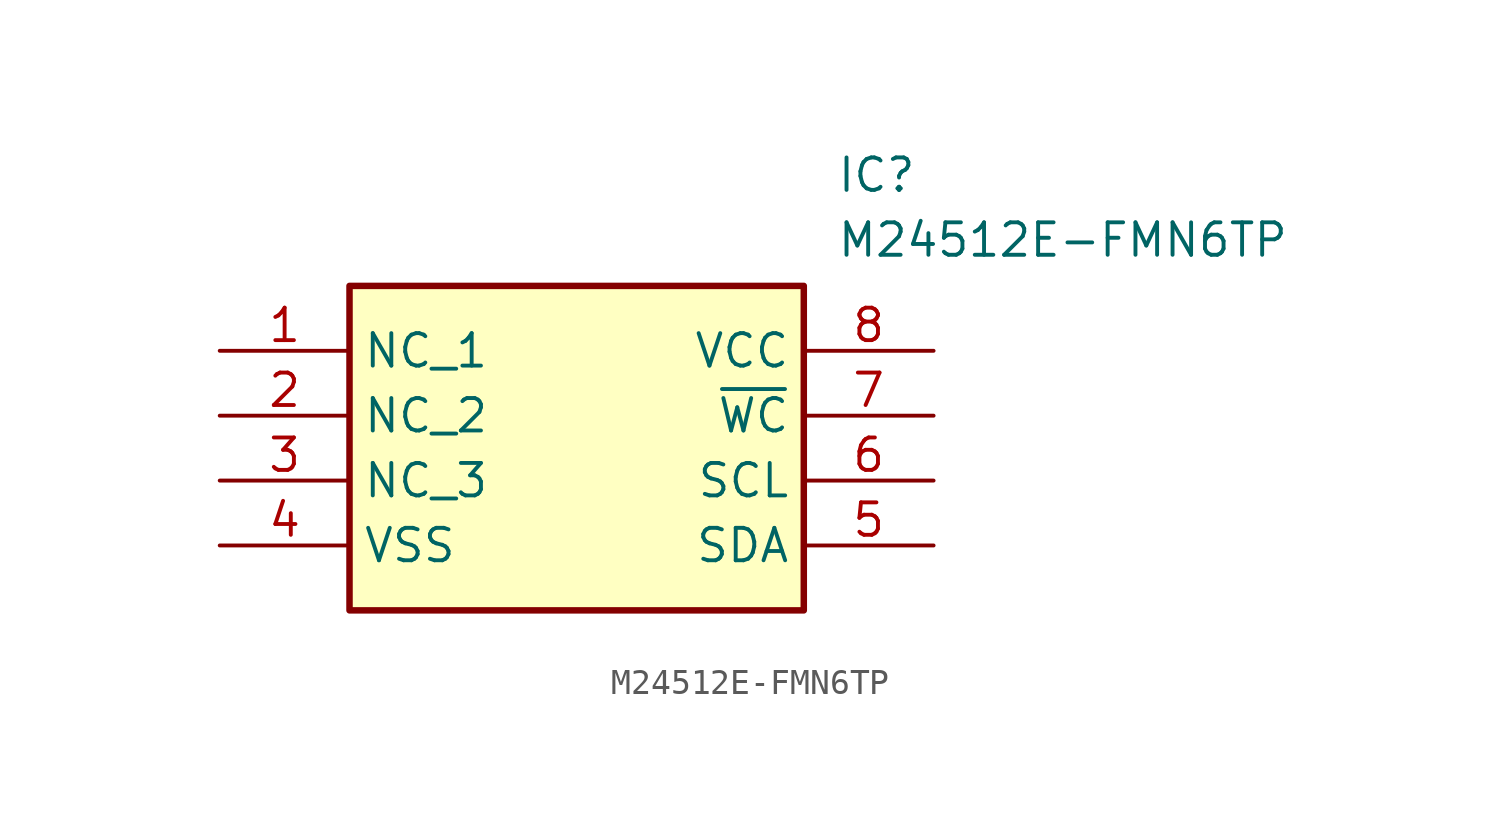
<source format=kicad_sym>
(kicad_symbol_lib
  (version 20211014)
  (generator SamacSys_ECAD_Model)
  (symbol "M24512E-FMN6TP"
    (property "Reference" "IC"
      (at 24.13 7.62 0)
      (effects (font (size 1.27 1.27)) (justify left top)))
    (property "Value" "M24512E-FMN6TP"
      (at 24.13 5.08 0)
      (effects (font (size 1.27 1.27)) (justify left top)))
    (rectangle
      (start 5.08 2.54)
      (end 22.86 -10.16)
      (stroke (width 0.254) (type default))
      (fill (type background)))
    (pin passive line
      (at 0 0 0)
      (length 5.08)
      (name "NC_1" (effects (font (size 1.27 1.27))))
      (number "1" (effects (font (size 1.27 1.27)))))
    (pin passive line
      (at 0 -2.54 0)
      (length 5.08)
      (name "NC_2" (effects (font (size 1.27 1.27))))
      (number "2" (effects (font (size 1.27 1.27)))))
    (pin passive line
      (at 0 -5.08 0)
      (length 5.08)
      (name "NC_3" (effects (font (size 1.27 1.27))))
      (number "3" (effects (font (size 1.27 1.27)))))
    (pin passive line
      (at 0 -7.62 0)
      (length 5.08)
      (name "VSS" (effects (font (size 1.27 1.27))))
      (number "4" (effects (font (size 1.27 1.27)))))
    (pin passive line
      (at 27.94 0 180)
      (length 5.08)
      (name "VCC" (effects (font (size 1.27 1.27))))
      (number "8" (effects (font (size 1.27 1.27)))))
    (pin passive line
      (at 27.94 -2.54 180)
      (length 5.08)
      (name "~{WC}" (effects (font (size 1.27 1.27))))
      (number "7" (effects (font (size 1.27 1.27)))))
    (pin passive line
      (at 27.94 -5.08 180)
      (length 5.08)
      (name "SCL" (effects (font (size 1.27 1.27))))
      (number "6" (effects (font (size 1.27 1.27)))))
    (pin passive line
      (at 27.94 -7.62 180)
      (length 5.08)
      (name "SDA" (effects (font (size 1.27 1.27))))
      (number "5" (effects (font (size 1.27 1.27)))))))
</source>
